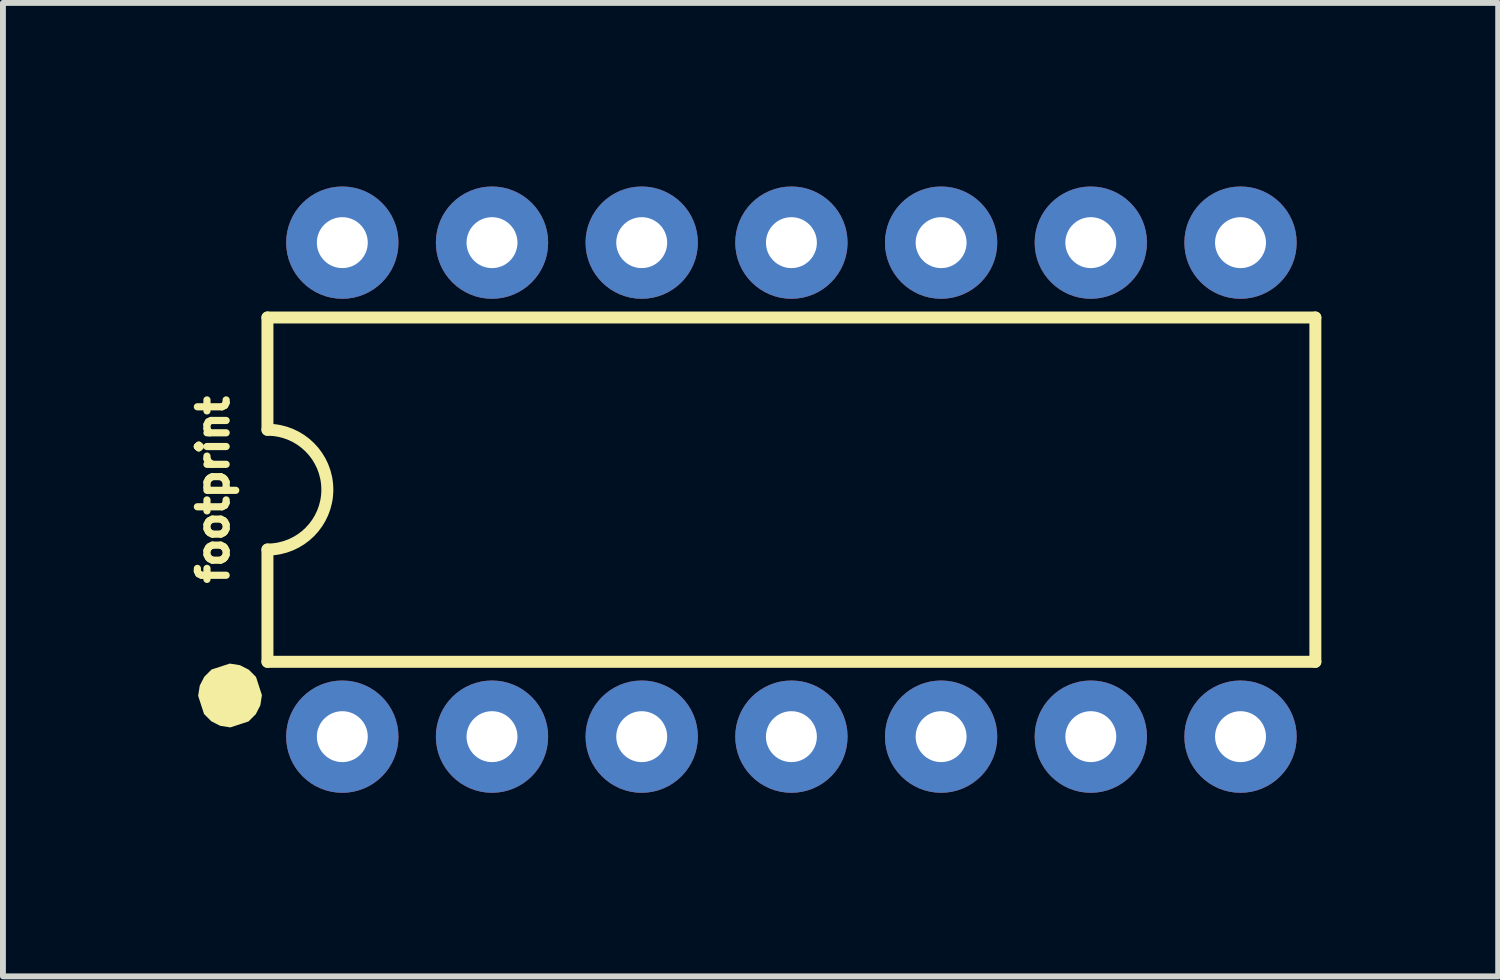
<source format=kicad_pcb>
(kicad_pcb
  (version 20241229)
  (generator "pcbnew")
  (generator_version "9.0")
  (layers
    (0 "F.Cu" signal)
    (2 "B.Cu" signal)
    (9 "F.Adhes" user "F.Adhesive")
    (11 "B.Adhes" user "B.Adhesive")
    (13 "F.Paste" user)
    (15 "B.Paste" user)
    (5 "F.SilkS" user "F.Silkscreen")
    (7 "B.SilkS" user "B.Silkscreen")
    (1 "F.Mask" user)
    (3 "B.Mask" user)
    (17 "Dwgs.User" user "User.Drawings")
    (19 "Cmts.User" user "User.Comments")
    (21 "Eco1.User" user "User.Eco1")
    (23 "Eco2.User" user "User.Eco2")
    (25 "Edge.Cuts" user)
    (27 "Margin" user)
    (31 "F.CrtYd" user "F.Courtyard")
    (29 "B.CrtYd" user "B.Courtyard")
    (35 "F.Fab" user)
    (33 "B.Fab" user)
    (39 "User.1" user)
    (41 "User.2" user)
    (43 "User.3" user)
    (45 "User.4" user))
  (footprint "footprint"
    (layer "F.Cu")
    (at 11.648 5.258)
    (property "Reference" "footprint" (at -10.795 0 90) (layer "F.SilkS") (effects (font (size 0.488 0.488) (thickness 0.122)) (justify bottom)))
    (fp_circle (center -8.89 -4.191) (end -8.674 -4.191) (stroke (width 0.432) (type solid)) (fill yes) (layer "F.Mask"))
    (fp_circle (center -8.89 4.191) (end -8.674 4.191) (stroke (width 0.432) (type solid)) (fill yes) (layer "F.Mask"))
    (fp_circle (center -6.35 -4.191) (end -6.134 -4.191) (stroke (width 0.432) (type solid)) (fill yes) (layer "F.Mask"))
    (fp_circle (center -6.35 4.191) (end -6.134 4.191) (stroke (width 0.432) (type solid)) (fill yes) (layer "F.Mask"))
    (fp_circle (center -3.81 -4.191) (end -3.594 -4.191) (stroke (width 0.432) (type solid)) (fill yes) (layer "F.Mask"))
    (fp_circle (center -3.81 4.191) (end -3.594 4.191) (stroke (width 0.432) (type solid)) (fill yes) (layer "F.Mask"))
    (fp_circle (center -1.27 -4.191) (end -1.054 -4.191) (stroke (width 0.432) (type solid)) (fill yes) (layer "F.Mask"))
    (fp_circle (center -1.27 4.191) (end -1.054 4.191) (stroke (width 0.432) (type solid)) (fill yes) (layer "F.Mask"))
    (fp_circle (center 1.27 -4.191) (end 1.486 -4.191) (stroke (width 0.432) (type solid)) (fill yes) (layer "F.Mask"))
    (fp_circle (center 1.27 4.191) (end 1.486 4.191) (stroke (width 0.432) (type solid)) (fill yes) (layer "F.Mask"))
    (fp_circle (center 3.81 -4.191) (end 4.026 -4.191) (stroke (width 0.432) (type solid)) (fill yes) (layer "F.Mask"))
    (fp_circle (center 3.81 4.191) (end 4.026 4.191) (stroke (width 0.432) (type solid)) (fill yes) (layer "F.Mask"))
    (fp_circle (center 6.35 -4.191) (end 6.566 -4.191) (stroke (width 0.432) (type solid)) (fill yes) (layer "F.Mask"))
    (fp_circle (center 6.35 4.191) (end 6.566 4.191) (stroke (width 0.432) (type solid)) (fill yes) (layer "F.Mask"))
    (fp_circle (center -8.89 -4.191) (end -8.357 -4.191) (stroke (width 1.067) (type solid)) (fill yes) (layer "B.Mask"))
    (fp_circle (center -8.89 4.191) (end -8.357 4.191) (stroke (width 1.067) (type solid)) (fill yes) (layer "B.Mask"))
    (fp_circle (center -6.35 -4.191) (end -5.817 -4.191) (stroke (width 1.067) (type solid)) (fill yes) (layer "B.Mask"))
    (fp_circle (center -6.35 4.191) (end -5.817 4.191) (stroke (width 1.067) (type solid)) (fill yes) (layer "B.Mask"))
    (fp_circle (center -3.81 -4.191) (end -3.277 -4.191) (stroke (width 1.067) (type solid)) (fill yes) (layer "B.Mask"))
    (fp_circle (center -3.81 4.191) (end -3.277 4.191) (stroke (width 1.067) (type solid)) (fill yes) (layer "B.Mask"))
    (fp_circle (center -1.27 -4.191) (end -0.737 -4.191) (stroke (width 1.067) (type solid)) (fill yes) (layer "B.Mask"))
    (fp_circle (center -1.27 4.191) (end -0.737 4.191) (stroke (width 1.067) (type solid)) (fill yes) (layer "B.Mask"))
    (fp_circle (center 1.27 -4.191) (end 1.803 -4.191) (stroke (width 1.067) (type solid)) (fill yes) (layer "B.Mask"))
    (fp_circle (center 1.27 4.191) (end 1.803 4.191) (stroke (width 1.067) (type solid)) (fill yes) (layer "B.Mask"))
    (fp_circle (center 3.81 -4.191) (end 4.343 -4.191) (stroke (width 1.067) (type solid)) (fill yes) (layer "B.Mask"))
    (fp_circle (center 3.81 4.191) (end 4.343 4.191) (stroke (width 1.067) (type solid)) (fill yes) (layer "B.Mask"))
    (fp_circle (center 6.35 -4.191) (end 6.883 -4.191) (stroke (width 1.067) (type solid)) (fill yes) (layer "B.Mask"))
    (fp_circle (center 6.35 4.191) (end 6.883 4.191) (stroke (width 1.067) (type solid)) (fill yes) (layer "B.Mask"))
    (fp_line (start -10.16 -2.921) (end -10.16 -1.016) (stroke (width 0.203) (type solid)) (layer "F.SilkS"))
    (fp_line (start -10.16 -2.921) (end 7.62 -2.921) (stroke (width 0.203) (type solid)) (layer "F.SilkS"))
    (fp_line (start -10.16 2.921) (end -10.16 1.016) (stroke (width 0.203) (type solid)) (layer "F.SilkS"))
    (fp_line (start -10.16 2.921) (end 7.62 2.921) (stroke (width 0.203) (type solid)) (layer "F.SilkS"))
    (fp_line (start 7.62 -2.921) (end 7.62 2.921) (stroke (width 0.203) (type solid)) (layer "F.SilkS"))
    (fp_arc (start -10.16 -1.016) (mid -9.144 0) (end -10.16 1.016) (stroke (width 0.2032) (type solid)) (layer "F.SilkS"))
    (fp_poly (pts (xy -10.628 2.978) (xy -10.477 3.055) (xy -10.354 3.178) (xy -10.254 3.487) (xy -10.281 3.66) (xy -10.358 3.81) (xy -10.481 3.933) (xy -10.79 4.034) (xy -10.962 4.007) (xy -11.113 3.93) (xy -11.236 3.807) (xy -11.336 3.498) (xy -11.309 3.325) (xy -11.232 3.175) (xy -11.109 3.052) (xy -10.8 2.951)) (stroke (width 0) (type solid)) (fill yes) (layer "F.SilkS"))
    (pad "1" thru_hole circle (at -8.89 4.191 90) (size 1.905 1.905) (drill 0.864) (layers "*.Cu"))
    (pad "2" thru_hole circle (at -6.35 4.191 90) (size 1.905 1.905) (drill 0.864) (layers "*.Cu"))
    (pad "3" thru_hole circle (at -3.81 4.191 90) (size 1.905 1.905) (drill 0.864) (layers "*.Cu"))
    (pad "4" thru_hole circle (at -1.27 4.191 90) (size 1.905 1.905) (drill 0.864) (layers "*.Cu"))
    (pad "5" thru_hole circle (at 1.27 4.191 90) (size 1.905 1.905) (drill 0.864) (layers "*.Cu"))
    (pad "6" thru_hole circle (at 3.81 4.191 90) (size 1.905 1.905) (drill 0.864) (layers "*.Cu"))
    (pad "7" thru_hole circle (at 6.35 4.191 90) (size 1.905 1.905) (drill 0.864) (layers "*.Cu"))
    (pad "8" thru_hole circle (at 6.35 -4.191 90) (size 1.905 1.905) (drill 0.864) (layers "*.Cu"))
    (pad "9" thru_hole circle (at 3.81 -4.191 90) (size 1.905 1.905) (drill 0.864) (layers "*.Cu"))
    (pad "10" thru_hole circle (at 1.27 -4.191 90) (size 1.905 1.905) (drill 0.864) (layers "*.Cu"))
    (pad "11" thru_hole circle (at -1.27 -4.191 90) (size 1.905 1.905) (drill 0.864) (layers "*.Cu"))
    (pad "12" thru_hole circle (at -3.81 -4.191 90) (size 1.905 1.905) (drill 0.864) (layers "*.Cu"))
    (pad "13" thru_hole circle (at -6.35 -4.191 90) (size 1.905 1.905) (drill 0.864) (layers "*.Cu"))
    (pad "14" thru_hole circle (at -8.89 -4.191 90) (size 1.905 1.905) (drill 0.864) (layers "*.Cu")))
  (gr_rect
    (start -3 -3)
    (end 22.37 13.516)
    (stroke (width 0.1) (type default))
    (fill no)
    (layer "Edge.Cuts")))
</source>
